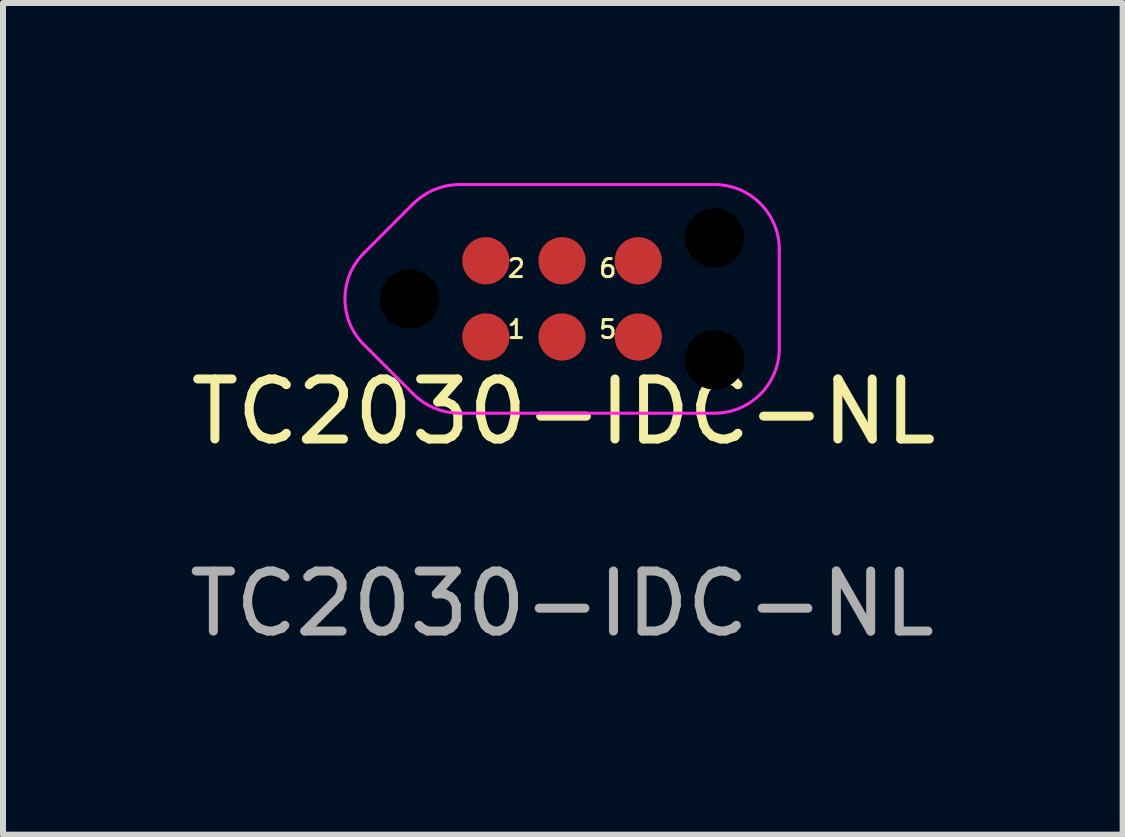
<source format=kicad_pcb>
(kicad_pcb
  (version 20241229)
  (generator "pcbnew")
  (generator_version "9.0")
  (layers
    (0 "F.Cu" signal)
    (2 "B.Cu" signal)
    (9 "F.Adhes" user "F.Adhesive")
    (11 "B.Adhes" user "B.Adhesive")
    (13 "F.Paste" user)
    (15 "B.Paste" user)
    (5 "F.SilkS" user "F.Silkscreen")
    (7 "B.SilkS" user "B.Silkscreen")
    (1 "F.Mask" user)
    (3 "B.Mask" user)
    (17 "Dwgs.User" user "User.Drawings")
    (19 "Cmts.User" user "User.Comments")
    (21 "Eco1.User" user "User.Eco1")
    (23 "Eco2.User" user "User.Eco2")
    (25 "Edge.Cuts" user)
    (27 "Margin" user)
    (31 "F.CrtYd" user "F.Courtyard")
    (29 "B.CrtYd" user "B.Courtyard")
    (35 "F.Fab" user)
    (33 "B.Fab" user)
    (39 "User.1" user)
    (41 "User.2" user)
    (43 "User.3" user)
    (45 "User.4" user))
  (footprint "TC2030-IDC-NL"
    (layer "F.Cu")
    (at 6.315 1.93)
    (property "Reference" "TC2030-IDC-NL" (at 0.025 1.88 0) (unlocked yes) (layer "F.SilkS") (effects (font (size 1 1) (thickness 0.15))))
    (attr smd)
    (fp_line (start -3.302 -0.762) (end -2.491 -1.575) (stroke (width 0.05) (type solid)) (layer "F.CrtYd"))
    (fp_line (start -2.489 1.575) (end -3.302 0.762) (stroke (width 0.05) (type solid)) (layer "F.CrtYd"))
    (fp_line (start -1.702 -1.905) (end 2.515 -1.905) (stroke (width 0.05) (type solid)) (layer "F.CrtYd"))
    (fp_line (start 2.54 1.905) (end -1.7 1.905) (stroke (width 0.05) (type solid)) (layer "F.CrtYd"))
    (fp_line (start 3.619 -0.826) (end 3.619 0.826) (stroke (width 0.05) (type solid)) (layer "F.CrtYd"))
    (fp_arc (start -3.301999 0.761999) (mid -3.617629 0) (end -3.301999 -0.761999) (stroke (width 0.05) (type solid)) (layer "F.CrtYd"))
    (fp_arc (start -2.490522 -1.5748) (mid -2.129326 -1.819119) (end -1.7018 -1.905) (stroke (width 0.05) (type solid)) (layer "F.CrtYd"))
    (fp_arc (start -1.700478 1.905) (mid -2.128004 1.819119) (end -2.4892 1.5748) (stroke (width 0.05) (type solid)) (layer "F.CrtYd"))
    (fp_arc (start 2.54 -1.905) (mid 3.303322 -1.588822) (end 3.6195 -0.8255) (stroke (width 0.05) (type solid)) (layer "F.CrtYd"))
    (fp_arc (start 3.6195 0.8255) (mid 3.303322 1.588822) (end 2.54 1.905) (stroke (width 0.05) (type solid)) (layer "F.CrtYd"))
    (fp_text user "5" (at 0.762 0.508 0) (unlocked yes) (layer "F.SilkS") (effects (font (size 0.3 0.3) (thickness 0.05))))
    (fp_text user "6" (at 0.762 -0.508 0) (unlocked yes) (layer "F.SilkS") (effects (font (size 0.3 0.3) (thickness 0.05))))
    (fp_text user "2" (at -0.762 -0.508 0) (unlocked yes) (layer "F.SilkS") (effects (font (size 0.3 0.3) (thickness 0.05))))
    (fp_text user "1" (at -0.762 0.508 0) (unlocked yes) (layer "F.SilkS") (effects (font (size 0.3 0.3) (thickness 0.05))))
    (fp_text user "${REFERENCE}" (at 0 5.08 0) (unlocked yes) (layer "F.Fab") (effects (font (size 1 1) (thickness 0.15))))
    (pad "" np_thru_hole circle (at -2.54 0) (size 0.991 0.991) (drill 0.991) (layers "*.Mask"))
    (pad "" np_thru_hole circle (at 2.54 -1.016) (size 0.991 0.991) (drill 0.991) (layers "*.Mask"))
    (pad "" np_thru_hole circle (at 2.54 1.016) (size 0.991 0.991) (drill 0.991) (layers "*.Mask"))
    (pad "1" smd circle (at -1.27 0.635) (size 0.787 0.787) (layers "F.Cu" "F.Mask" "F.Paste"))
    (pad "2" smd circle (at -1.27 -0.635) (size 0.787 0.787) (layers "F.Cu" "F.Mask" "F.Paste"))
    (pad "3" smd circle (at 0 0.635) (size 0.787 0.787) (layers "F.Cu" "F.Mask" "F.Paste"))
    (pad "4" smd circle (at 0 -0.635) (size 0.787 0.787) (layers "F.Cu" "F.Mask" "F.Paste"))
    (pad "5" smd circle (at 1.27 0.635) (size 0.787 0.787) (layers "F.Cu" "F.Mask" "F.Paste"))
    (pad "6" smd circle (at 1.27 -0.635) (size 0.787 0.787) (layers "F.Cu" "F.Mask" "F.Paste"))
    (zone (net_name "") (layer "F.Cu") (hatch edge 0.508) (connect_pads) (min_thickness 0.254) (filled_areas_thickness no) (keepout (tracks not_allowed) (vias not_allowed) (pads not_allowed) (copperpour not_allowed) (footprints not_allowed)) (placement (enabled no)) (fill) (polygon (pts (xy 7.585 2.565) (xy 5.045 2.565) (xy 5.045 1.295) (xy 7.585 1.295)))))
  (gr_rect
    (start -3 -3)
    (end 15.656 10.858)
    (stroke (width 0.1) (type default))
    (fill no)
    (layer "Edge.Cuts")))
</source>
